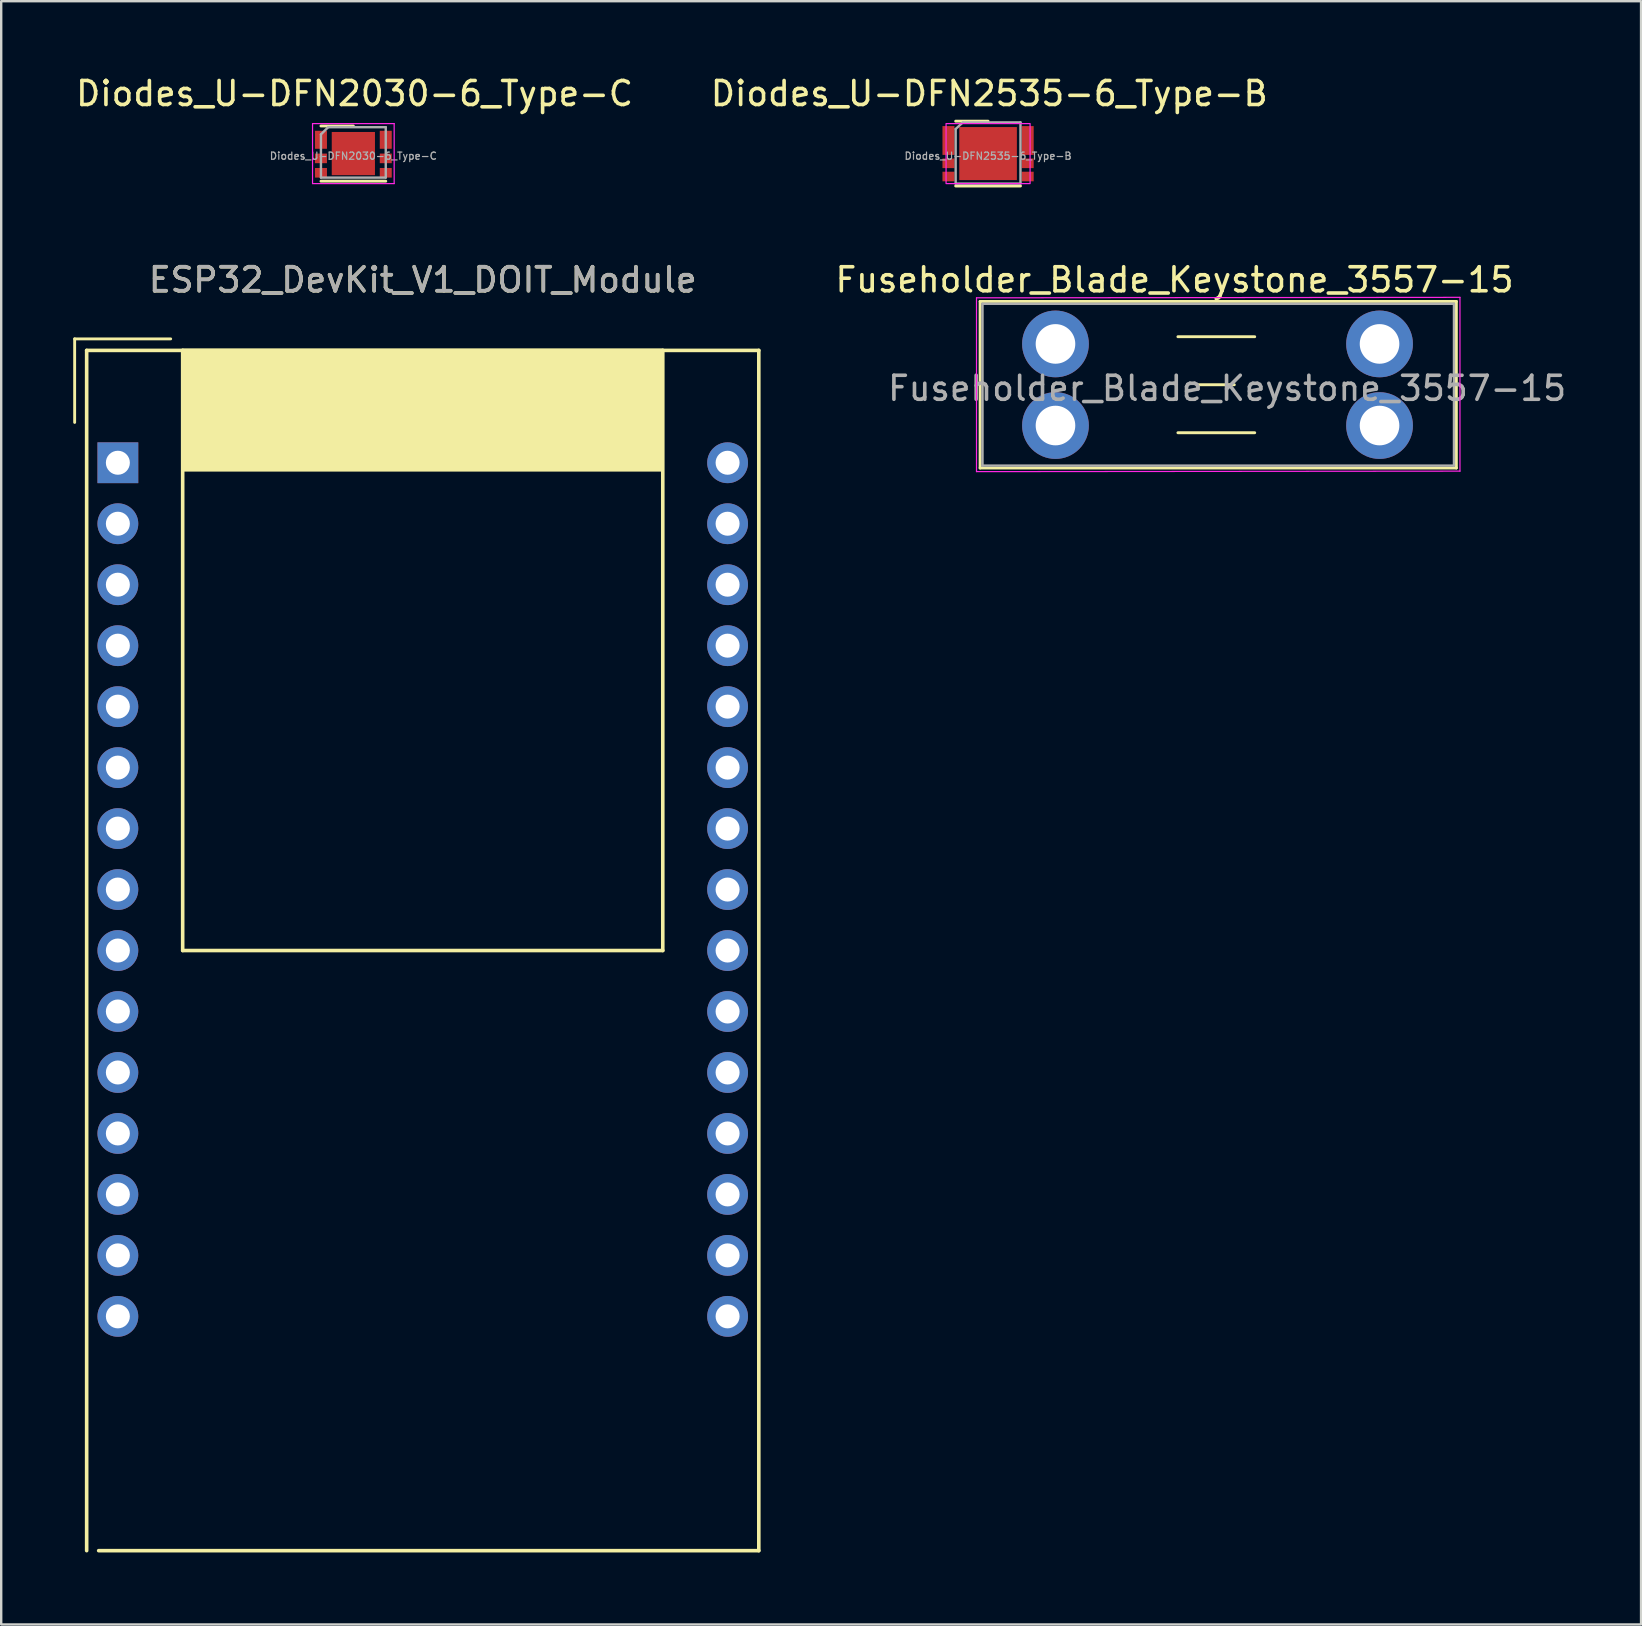
<source format=kicad_pcb>
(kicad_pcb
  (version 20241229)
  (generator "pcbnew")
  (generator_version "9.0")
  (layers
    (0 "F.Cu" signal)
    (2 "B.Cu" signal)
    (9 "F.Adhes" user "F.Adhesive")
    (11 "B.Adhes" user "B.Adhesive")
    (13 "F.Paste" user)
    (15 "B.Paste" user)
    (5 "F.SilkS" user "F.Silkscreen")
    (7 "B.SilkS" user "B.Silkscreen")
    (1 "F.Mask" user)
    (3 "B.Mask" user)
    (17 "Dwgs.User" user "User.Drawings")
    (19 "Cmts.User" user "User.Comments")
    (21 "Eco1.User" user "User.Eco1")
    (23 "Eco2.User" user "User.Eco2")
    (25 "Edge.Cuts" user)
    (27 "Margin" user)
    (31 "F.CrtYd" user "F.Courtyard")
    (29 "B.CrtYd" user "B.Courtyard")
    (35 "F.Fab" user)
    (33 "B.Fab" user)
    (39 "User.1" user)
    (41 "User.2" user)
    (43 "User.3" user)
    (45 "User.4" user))
  (footprint "Diodes_U-DFN2030-6_Type-C"
    (layer "F.Cu")
    (at 11.67 3.348)
    (property "Reference" "Diodes_U-DFN2030-6_Type-C" (at 0.05 -2.5 0) (layer "F.SilkS") (effects (font (size 1 1) (thickness 0.15))))
    (attr smd)
    (fp_line (start -1.35 -1.15) (end 0 -1.15) (stroke (width 0.12) (type solid)) (layer "F.SilkS"))
    (fp_line (start 1.35 1.15) (end -1.35 1.15) (stroke (width 0.12) (type solid)) (layer "F.SilkS"))
    (fp_line (start -1.7 -1.25) (end -1.7 1.25) (stroke (width 0.05) (type solid)) (layer "F.CrtYd"))
    (fp_line (start -1.7 1.25) (end 1.7 1.25) (stroke (width 0.05) (type solid)) (layer "F.CrtYd"))
    (fp_line (start 1.7 -1.25) (end -1.7 -1.25) (stroke (width 0.05) (type solid)) (layer "F.CrtYd"))
    (fp_line (start 1.7 1.25) (end 1.7 -1.25) (stroke (width 0.05) (type solid)) (layer "F.CrtYd"))
    (fp_line (start -1.35 1) (end -1.35 -0.8) (stroke (width 0.1) (type solid)) (layer "F.Fab"))
    (fp_line (start -1.05 -1.1) (end -1.35 -0.8) (stroke (width 0.1) (type solid)) (layer "F.Fab"))
    (fp_line (start -1.05 -1.1) (end 1.35 -1.1) (stroke (width 0.1) (type solid)) (layer "F.Fab"))
    (fp_line (start 1.35 -1.1) (end 1.35 1) (stroke (width 0.1) (type solid)) (layer "F.Fab"))
    (fp_line (start 1.35 1) (end -1.35 1) (stroke (width 0.1) (type solid)) (layer "F.Fab"))
    (fp_text user "${REFERENCE}" (at 0 0.1 0) (layer "F.Fab") (effects (font (size 0.3 0.3) (thickness 0.05))))
    (pad "1" smd rect (at -1.35 -0.575) (size 0.5 0.75) (layers "F.Cu" "F.Mask" "F.Paste"))
    (pad "2" smd rect (at -1.35 0.2) (size 0.5 0.4) (layers "F.Cu" "F.Mask" "F.Paste"))
    (pad "3" smd rect (at -1.35 0.8) (size 0.5 0.4) (layers "F.Cu" "F.Mask" "F.Paste"))
    (pad "4" smd rect (at 1.35 0.8) (size 0.5 0.4) (layers "F.Cu" "F.Mask" "F.Paste"))
    (pad "5" smd rect (at 1.35 0.2) (size 0.5 0.4) (layers "F.Cu" "F.Mask" "F.Paste"))
    (pad "6" smd rect (at 1.35 -0.575) (size 0.5 0.75) (layers "F.Cu" "F.Mask" "F.Paste"))
    (pad "EP" smd rect (at 0 0) (size 1.8 1.8) (layers "F.Cu" "F.Mask" "F.Paste")))
  (footprint "Fuseholder_Blade_Keystone_3557-15"
    (layer "F.Cu")
    (at 40.919 11.277)
    (property "Reference" "Fuseholder_Blade_Keystone_3557-15" (at 4.96 -2.67 0) (layer "F.SilkS") (effects (font (size 1 1) (thickness 0.15))))
    (attr through_hole)
    (fp_line (start -3.14 -1.77) (end -3.14 5.17) (stroke (width 0.12) (type solid)) (layer "F.SilkS"))
    (fp_line (start -3.14 5.17) (end 16.7 5.17) (stroke (width 0.12) (type solid)) (layer "F.SilkS"))
    (fp_line (start 5.1 -0.3) (end 8.3 -0.3) (stroke (width 0.12) (type solid)) (layer "F.SilkS"))
    (fp_line (start 5.1 3.7) (end 8.3 3.7) (stroke (width 0.12) (type solid)) (layer "F.SilkS"))
    (fp_line (start 5.95 1.7) (end 7.45 1.7) (stroke (width 0.12) (type solid)) (layer "F.SilkS"))
    (fp_line (start 16.7 -1.77) (end -3.14 -1.77) (stroke (width 0.12) (type solid)) (layer "F.SilkS"))
    (fp_line (start 16.7 5.17) (end 16.7 -1.77) (stroke (width 0.12) (type solid)) (layer "F.SilkS"))
    (fp_line (start -3.29 -1.92) (end -3.29 5.32) (stroke (width 0.05) (type solid)) (layer "F.CrtYd"))
    (fp_line (start -3.29 5.32) (end 16.85 5.3) (stroke (width 0.05) (type solid)) (layer "F.CrtYd"))
    (fp_line (start 16.85 -1.94) (end -3.29 -1.92) (stroke (width 0.05) (type solid)) (layer "F.CrtYd"))
    (fp_line (start 16.85 5.3) (end 16.85 -1.94) (stroke (width 0.05) (type solid)) (layer "F.CrtYd"))
    (fp_line (start -3.04 -1.67) (end -3.04 5.07) (stroke (width 0.1) (type solid)) (layer "F.Fab"))
    (fp_line (start -3.04 5.07) (end 16.6 5.07) (stroke (width 0.1) (type solid)) (layer "F.Fab"))
    (fp_line (start 16.6 -1.67) (end -3.04 -1.67) (stroke (width 0.1) (type solid)) (layer "F.Fab"))
    (fp_line (start 16.6 5.07) (end 16.6 -1.67) (stroke (width 0.1) (type solid)) (layer "F.Fab"))
    (fp_text user "${REFERENCE}" (at 7.15 1.85 0) (layer "F.Fab") (effects (font (size 1 1) (thickness 0.15))))
    (pad "1" thru_hole circle (at 0 0) (size 2.78 2.78) (drill 1.65) (layers "*.Cu" "*.Mask"))
    (pad "1" thru_hole circle (at 0 3.4) (size 2.78 2.78) (drill 1.65) (layers "*.Cu" "*.Mask"))
    (pad "2" thru_hole circle (at 13.5 0) (size 2.78 2.78) (drill 1.65) (layers "*.Cu" "*.Mask"))
    (pad "2" thru_hole circle (at 13.5 3.4) (size 2.78 2.78) (drill 1.65) (layers "*.Cu" "*.Mask")))
  (footprint "Diodes_U-DFN2535-6_Type-B"
    (layer "F.Cu")
    (at 38.111 3.348)
    (property "Reference" "Diodes_U-DFN2535-6_Type-B" (at 0.05 -2.5 0) (layer "F.SilkS") (effects (font (size 1 1) (thickness 0.15))))
    (attr smd)
    (fp_line (start -1.35 -1.35) (end 0 -1.35) (stroke (width 0.12) (type solid)) (layer "F.SilkS"))
    (fp_line (start 1.35 1.35) (end -1.35 1.35) (stroke (width 0.12) (type solid)) (layer "F.SilkS"))
    (fp_rect (start -1.75 -1.25) (end 1.75 1.25) (stroke (width 0.05) (type solid)) (fill no) (layer "F.CrtYd"))
    (fp_line (start -1.35 1.25) (end -1.35 -1.025) (stroke (width 0.1) (type solid)) (layer "F.Fab"))
    (fp_line (start -1.05 -1.3) (end -1.35 -1.025) (stroke (width 0.1) (type solid)) (layer "F.Fab"))
    (fp_line (start -1.05 -1.3) (end 1.35 -1.3) (stroke (width 0.1) (type solid)) (layer "F.Fab"))
    (fp_line (start 1.35 -1.3) (end 1.35 1.25) (stroke (width 0.1) (type solid)) (layer "F.Fab"))
    (fp_line (start 1.35 1.25) (end -1.35 1.25) (stroke (width 0.1) (type solid)) (layer "F.Fab"))
    (fp_text user "${REFERENCE}" (at 0 0.1 0) (layer "F.Fab") (effects (font (size 0.3 0.3) (thickness 0.05))))
    (pad "1" smd rect (at -1.65 -0.545) (size 0.5 1.2) (layers "F.Cu" "F.Mask" "F.Paste"))
    (pad "2" smd rect (at -1.65 0.405) (size 0.5 0.4) (layers "F.Cu" "F.Mask" "F.Paste"))
    (pad "3" smd rect (at -1.65 0.955) (size 0.5 0.4) (layers "F.Cu" "F.Mask" "F.Paste"))
    (pad "4" smd rect (at 1.65 0.955) (size 0.5 0.4) (layers "F.Cu" "F.Mask" "F.Paste"))
    (pad "5" smd rect (at 1.65 0.405) (size 0.5 0.4) (layers "F.Cu" "F.Mask" "F.Paste"))
    (pad "6" smd rect (at 1.65 -0.545) (size 0.5 1.2) (layers "F.Cu" "F.Mask" "F.Paste"))
    (pad "EP" smd rect (at 0 0) (size 2.4 2.21) (layers "F.Cu" "F.Mask" "F.Paste")))
  (footprint "ESP32_DevKit_V1_DOIT_Module"
    (layer "F.Cu")
    (at 14.56 36.547)
    (property "Reference" "ESP32_DevKit_V1_DOIT_Module" (at 0 -27.94 0) (layer "F.SilkS") (effects (font (size 1 1) (thickness 0.15))))
    (attr through_hole)
    (fp_line (start -14.5 -25.48) (end -10.5 -25.48) (stroke (width 0.12) (type solid)) (layer "F.SilkS"))
    (fp_line (start -14.5 -22) (end -14.5 -25.48) (stroke (width 0.12) (type solid)) (layer "F.SilkS"))
    (fp_line (start -14 -25) (end -14 25) (stroke (width 0.15) (type solid)) (layer "F.SilkS"))
    (fp_line (start -13.5 25) (end 14 25) (stroke (width 0.15) (type solid)) (layer "F.SilkS"))
    (fp_line (start -10 -25) (end -10 0) (stroke (width 0.15) (type solid)) (layer "F.SilkS"))
    (fp_line (start -10 0) (end 10 0) (stroke (width 0.15) (type solid)) (layer "F.SilkS"))
    (fp_line (start 10 -25) (end -10 -25) (stroke (width 0.15) (type solid)) (layer "F.SilkS"))
    (fp_line (start 10 0) (end 10 -25) (stroke (width 0.15) (type solid)) (layer "F.SilkS"))
    (fp_line (start 14 -25) (end -14 -25) (stroke (width 0.15) (type solid)) (layer "F.SilkS"))
    (fp_line (start 14 25) (end 14 -25) (stroke (width 0.15) (type solid)) (layer "F.SilkS"))
    (fp_poly (pts (xy 10 -20) (xy -10 -20) (xy -10 -25) (xy 10 -25)) (stroke (width 0.1) (type solid)) (fill yes) (layer "F.SilkS"))
    (fp_text user "${REFERENCE}" (at 0 -27.94 180) (layer "F.Fab") (effects (font (size 1 1) (thickness 0.15))))
    (pad "1" thru_hole oval (at -12.7 15.24) (size 1.7 1.7) (drill 1) (layers "*.Cu" "*.Mask"))
    (pad "2" thru_hole oval (at -12.7 12.7) (size 1.7 1.7) (drill 1) (layers "*.Cu" "*.Mask"))
    (pad "2" thru_hole oval (at 12.7 12.7) (size 1.7 1.7) (drill 1) (layers "*.Cu" "*.Mask"))
    (pad "3" thru_hole oval (at 12.7 15.24) (size 1.7 1.7) (drill 1) (layers "*.Cu" "*.Mask"))
    (pad "5" thru_hole oval (at -12.7 -17.78) (size 1.7 1.7) (drill 1) (layers "*.Cu" "*.Mask"))
    (pad "8" thru_hole oval (at -12.7 -15.24) (size 1.7 1.7) (drill 1) (layers "*.Cu" "*.Mask"))
    (pad "9" thru_hole rect (at -12.7 -20.32) (size 1.7 1.7) (drill 1) (layers "*.Cu" "*.Mask"))
    (pad "10" thru_hole oval (at -12.7 -12.7) (size 1.7 1.7) (drill 1) (layers "*.Cu" "*.Mask"))
    (pad "11" thru_hole oval (at -12.7 -10.16) (size 1.7 1.7) (drill 1) (layers "*.Cu" "*.Mask"))
    (pad "12" thru_hole oval (at -12.7 -7.62) (size 1.7 1.7) (drill 1) (layers "*.Cu" "*.Mask"))
    (pad "13" thru_hole oval (at -12.7 -5.08) (size 1.7 1.7) (drill 1) (layers "*.Cu" "*.Mask"))
    (pad "14" thru_hole oval (at -12.7 -2.54) (size 1.7 1.7) (drill 1) (layers "*.Cu" "*.Mask"))
    (pad "15" thru_hole oval (at -12.7 0) (size 1.7 1.7) (drill 1) (layers "*.Cu" "*.Mask"))
    (pad "16" thru_hole oval (at -12.7 2.54) (size 1.7 1.7) (drill 1) (layers "*.Cu" "*.Mask"))
    (pad "17" thru_hole oval (at -12.7 5.08) (size 1.7 1.7) (drill 1) (layers "*.Cu" "*.Mask"))
    (pad "18" thru_hole oval (at -12.7 7.62) (size 1.7 1.7) (drill 1) (layers "*.Cu" "*.Mask"))
    (pad "20" thru_hole oval (at -12.7 10.16) (size 1.7 1.7) (drill 1) (layers "*.Cu" "*.Mask"))
    (pad "21" thru_hole oval (at 12.7 10.16) (size 1.7 1.7) (drill 1) (layers "*.Cu" "*.Mask"))
    (pad "22" thru_hole oval (at 12.7 7.62) (size 1.7 1.7) (drill 1) (layers "*.Cu" "*.Mask"))
    (pad "24" thru_hole oval (at 12.7 5.08) (size 1.7 1.7) (drill 1) (layers "*.Cu" "*.Mask"))
    (pad "25" thru_hole oval (at 12.7 2.54) (size 1.7 1.7) (drill 1) (layers "*.Cu" "*.Mask"))
    (pad "27" thru_hole oval (at 12.7 0) (size 1.7 1.7) (drill 1) (layers "*.Cu" "*.Mask"))
    (pad "34" thru_hole oval (at 12.7 -2.54) (size 1.7 1.7) (drill 1) (layers "*.Cu" "*.Mask"))
    (pad "35" thru_hole oval (at 12.7 -5.08) (size 1.7 1.7) (drill 1) (layers "*.Cu" "*.Mask"))
    (pad "36" thru_hole oval (at 12.7 -20.32) (size 1.7 1.7) (drill 1) (layers "*.Cu" "*.Mask"))
    (pad "38" thru_hole oval (at 12.7 -7.62) (size 1.7 1.7) (drill 1) (layers "*.Cu" "*.Mask"))
    (pad "39" thru_hole oval (at 12.7 -17.78) (size 1.7 1.7) (drill 1) (layers "*.Cu" "*.Mask"))
    (pad "40" thru_hole oval (at 12.7 -12.7) (size 1.7 1.7) (drill 1) (layers "*.Cu" "*.Mask"))
    (pad "41" thru_hole oval (at 12.7 -15.24) (size 1.7 1.7) (drill 1) (layers "*.Cu" "*.Mask"))
    (pad "42" thru_hole oval (at 12.7 -10.16) (size 1.7 1.7) (drill 1) (layers "*.Cu" "*.Mask")))
  (gr_rect
    (start -3 -3)
    (end 65.313 64.621)
    (stroke (width 0.1) (type default))
    (fill no)
    (layer "Edge.Cuts")))
</source>
